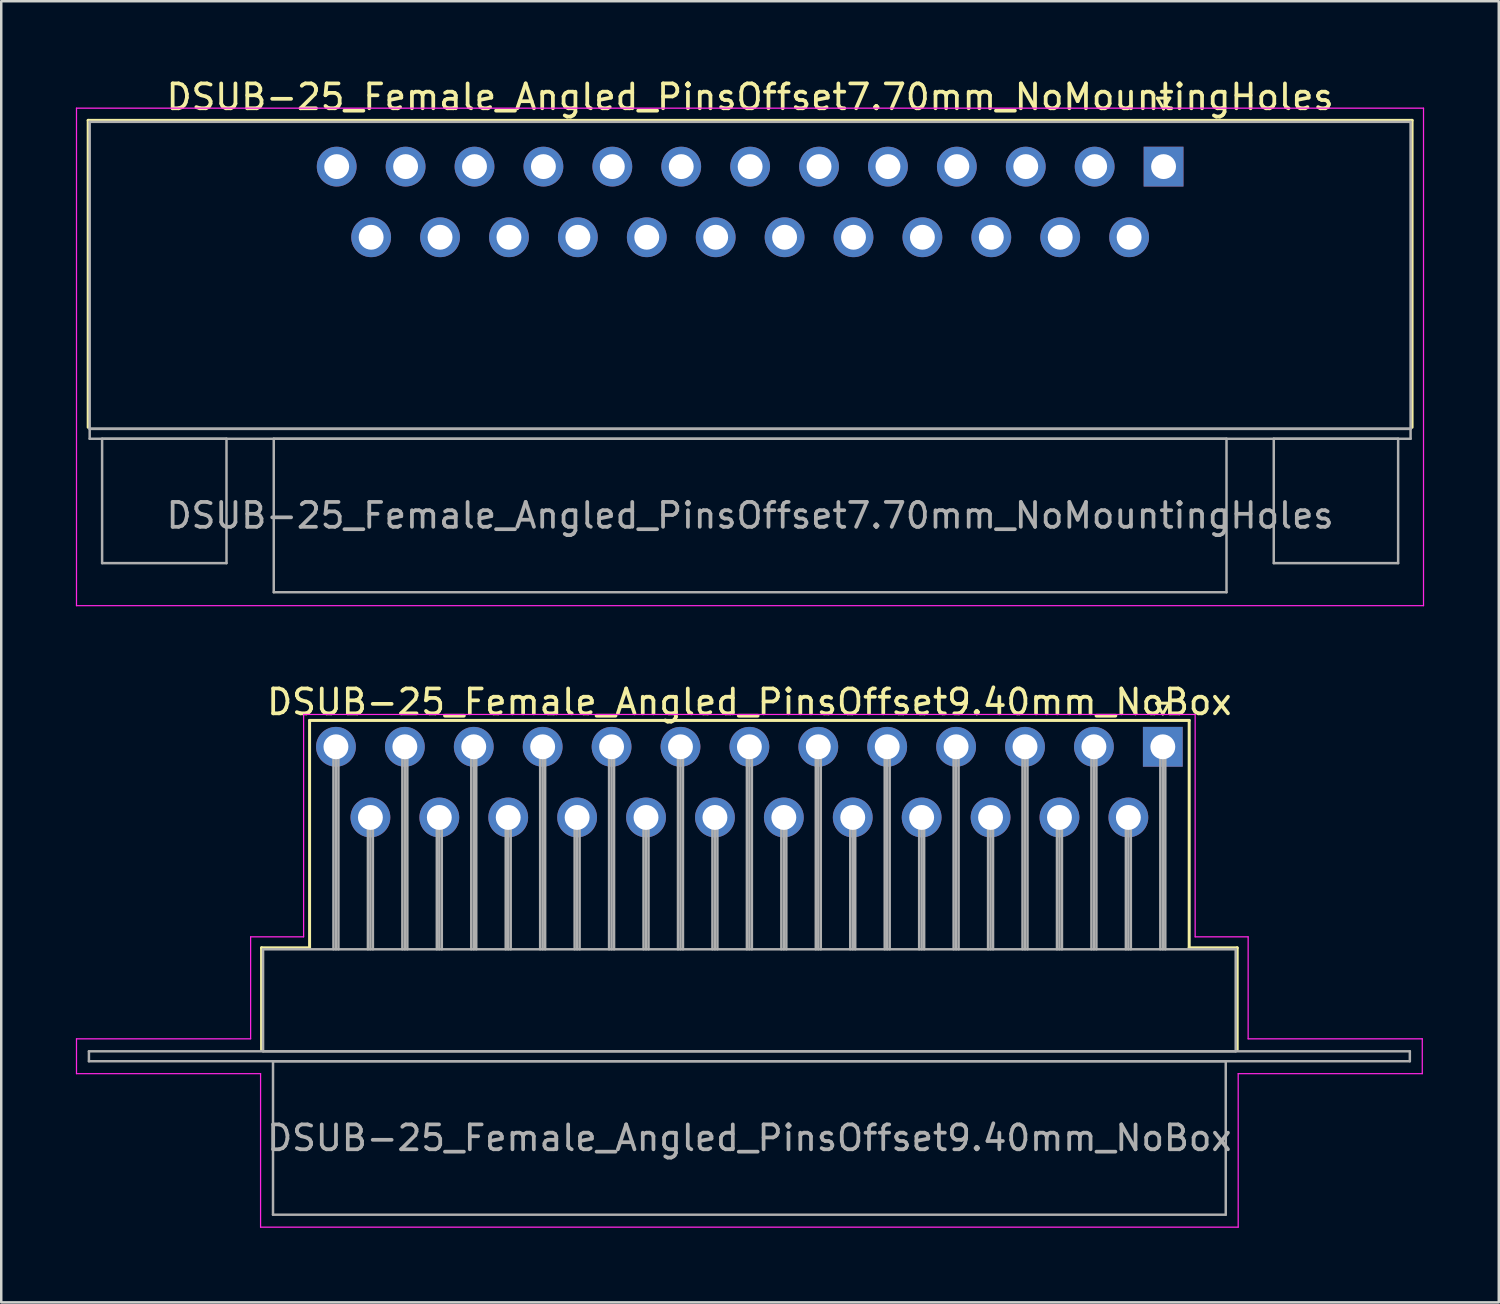
<source format=kicad_pcb>
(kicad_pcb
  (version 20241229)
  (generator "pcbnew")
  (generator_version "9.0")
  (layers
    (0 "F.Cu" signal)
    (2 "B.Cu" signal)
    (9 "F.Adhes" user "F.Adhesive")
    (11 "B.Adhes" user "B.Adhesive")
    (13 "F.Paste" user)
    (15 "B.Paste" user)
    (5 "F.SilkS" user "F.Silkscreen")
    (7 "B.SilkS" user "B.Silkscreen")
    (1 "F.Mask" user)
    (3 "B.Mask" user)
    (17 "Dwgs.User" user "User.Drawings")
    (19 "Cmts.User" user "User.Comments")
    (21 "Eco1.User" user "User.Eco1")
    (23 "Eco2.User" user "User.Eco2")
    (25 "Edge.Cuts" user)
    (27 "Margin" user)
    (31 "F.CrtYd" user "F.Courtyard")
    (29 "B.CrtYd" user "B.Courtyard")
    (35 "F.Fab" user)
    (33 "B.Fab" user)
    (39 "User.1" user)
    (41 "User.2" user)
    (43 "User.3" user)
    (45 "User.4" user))
  (footprint "DSUB-25_Female_Angled_PinsOffset7.70mm_NoMountingHoles"
    (layer "F.Cu")
    (at 43.725 3.648)
    (property "Reference" "DSUB-25_Female_Angled_PinsOffset7.70mm_NoMountingHoles" (at -16.62 -2.8 0) (layer "F.SilkS") (effects (font (size 1 1) (thickness 0.15))))
    (attr through_hole)
    (fp_line (start -43.23 -1.86) (end 9.99 -1.86) (stroke (width 0.12) (type solid)) (layer "F.SilkS"))
    (fp_line (start -43.23 10.48) (end -43.23 -1.86) (stroke (width 0.12) (type solid)) (layer "F.SilkS"))
    (fp_line (start -0.25 -2.754) (end 0.25 -2.754) (stroke (width 0.12) (type solid)) (layer "F.SilkS"))
    (fp_line (start 0 -2.321) (end -0.25 -2.754) (stroke (width 0.12) (type solid)) (layer "F.SilkS"))
    (fp_line (start 0.25 -2.754) (end 0 -2.321) (stroke (width 0.12) (type solid)) (layer "F.SilkS"))
    (fp_line (start 9.99 -1.86) (end 9.99 10.48) (stroke (width 0.12) (type solid)) (layer "F.SilkS"))
    (fp_line (start -43.7 -2.35) (end -43.7 17.65) (stroke (width 0.05) (type solid)) (layer "F.CrtYd"))
    (fp_line (start -43.7 17.65) (end 10.45 17.65) (stroke (width 0.05) (type solid)) (layer "F.CrtYd"))
    (fp_line (start 10.45 -2.35) (end -43.7 -2.35) (stroke (width 0.05) (type solid)) (layer "F.CrtYd"))
    (fp_line (start 10.45 17.65) (end 10.45 -2.35) (stroke (width 0.05) (type solid)) (layer "F.CrtYd"))
    (fp_line (start -43.17 -1.8) (end -43.17 10.54) (stroke (width 0.1) (type solid)) (layer "F.Fab"))
    (fp_line (start -43.17 10.54) (end -43.17 10.94) (stroke (width 0.1) (type solid)) (layer "F.Fab"))
    (fp_line (start -43.17 10.54) (end 9.93 10.54) (stroke (width 0.1) (type solid)) (layer "F.Fab"))
    (fp_line (start -43.17 10.94) (end 9.93 10.94) (stroke (width 0.1) (type solid)) (layer "F.Fab"))
    (fp_line (start -42.67 10.94) (end -42.67 15.94) (stroke (width 0.1) (type solid)) (layer "F.Fab"))
    (fp_line (start -42.67 15.94) (end -37.67 15.94) (stroke (width 0.1) (type solid)) (layer "F.Fab"))
    (fp_line (start -37.67 10.94) (end -42.67 10.94) (stroke (width 0.1) (type solid)) (layer "F.Fab"))
    (fp_line (start -37.67 15.94) (end -37.67 10.94) (stroke (width 0.1) (type solid)) (layer "F.Fab"))
    (fp_line (start -35.77 10.94) (end -35.77 17.11) (stroke (width 0.1) (type solid)) (layer "F.Fab"))
    (fp_line (start -35.77 17.11) (end 2.53 17.11) (stroke (width 0.1) (type solid)) (layer "F.Fab"))
    (fp_line (start 2.53 10.94) (end -35.77 10.94) (stroke (width 0.1) (type solid)) (layer "F.Fab"))
    (fp_line (start 2.53 17.11) (end 2.53 10.94) (stroke (width 0.1) (type solid)) (layer "F.Fab"))
    (fp_line (start 4.43 10.94) (end 4.43 15.94) (stroke (width 0.1) (type solid)) (layer "F.Fab"))
    (fp_line (start 4.43 15.94) (end 9.43 15.94) (stroke (width 0.1) (type solid)) (layer "F.Fab"))
    (fp_line (start 9.43 10.94) (end 4.43 10.94) (stroke (width 0.1) (type solid)) (layer "F.Fab"))
    (fp_line (start 9.43 15.94) (end 9.43 10.94) (stroke (width 0.1) (type solid)) (layer "F.Fab"))
    (fp_line (start 9.93 -1.8) (end -43.17 -1.8) (stroke (width 0.1) (type solid)) (layer "F.Fab"))
    (fp_line (start 9.93 10.54) (end -43.17 10.54) (stroke (width 0.1) (type solid)) (layer "F.Fab"))
    (fp_line (start 9.93 10.54) (end 9.93 -1.8) (stroke (width 0.1) (type solid)) (layer "F.Fab"))
    (fp_line (start 9.93 10.94) (end 9.93 10.54) (stroke (width 0.1) (type solid)) (layer "F.Fab"))
    (fp_text user "${REFERENCE}" (at -16.62 14.025 0) (layer "F.Fab") (effects (font (size 1 1) (thickness 0.15))))
    (pad "1" thru_hole rect (at 0 0) (size 1.6 1.6) (drill 1) (layers "*.Cu" "*.Mask"))
    (pad "2" thru_hole circle (at -2.77 0) (size 1.6 1.6) (drill 1) (layers "*.Cu" "*.Mask"))
    (pad "3" thru_hole circle (at -5.54 0) (size 1.6 1.6) (drill 1) (layers "*.Cu" "*.Mask"))
    (pad "4" thru_hole circle (at -8.31 0) (size 1.6 1.6) (drill 1) (layers "*.Cu" "*.Mask"))
    (pad "5" thru_hole circle (at -11.08 0) (size 1.6 1.6) (drill 1) (layers "*.Cu" "*.Mask"))
    (pad "6" thru_hole circle (at -13.85 0) (size 1.6 1.6) (drill 1) (layers "*.Cu" "*.Mask"))
    (pad "7" thru_hole circle (at -16.62 0) (size 1.6 1.6) (drill 1) (layers "*.Cu" "*.Mask"))
    (pad "8" thru_hole circle (at -19.39 0) (size 1.6 1.6) (drill 1) (layers "*.Cu" "*.Mask"))
    (pad "9" thru_hole circle (at -22.16 0) (size 1.6 1.6) (drill 1) (layers "*.Cu" "*.Mask"))
    (pad "10" thru_hole circle (at -24.93 0) (size 1.6 1.6) (drill 1) (layers "*.Cu" "*.Mask"))
    (pad "11" thru_hole circle (at -27.7 0) (size 1.6 1.6) (drill 1) (layers "*.Cu" "*.Mask"))
    (pad "12" thru_hole circle (at -30.47 0) (size 1.6 1.6) (drill 1) (layers "*.Cu" "*.Mask"))
    (pad "13" thru_hole circle (at -33.24 0) (size 1.6 1.6) (drill 1) (layers "*.Cu" "*.Mask"))
    (pad "14" thru_hole circle (at -1.385 2.84) (size 1.6 1.6) (drill 1) (layers "*.Cu" "*.Mask"))
    (pad "15" thru_hole circle (at -4.155 2.84) (size 1.6 1.6) (drill 1) (layers "*.Cu" "*.Mask"))
    (pad "16" thru_hole circle (at -6.925 2.84) (size 1.6 1.6) (drill 1) (layers "*.Cu" "*.Mask"))
    (pad "17" thru_hole circle (at -9.695 2.84) (size 1.6 1.6) (drill 1) (layers "*.Cu" "*.Mask"))
    (pad "18" thru_hole circle (at -12.465 2.84) (size 1.6 1.6) (drill 1) (layers "*.Cu" "*.Mask"))
    (pad "19" thru_hole circle (at -15.235 2.84) (size 1.6 1.6) (drill 1) (layers "*.Cu" "*.Mask"))
    (pad "20" thru_hole circle (at -18.005 2.84) (size 1.6 1.6) (drill 1) (layers "*.Cu" "*.Mask"))
    (pad "21" thru_hole circle (at -20.775 2.84) (size 1.6 1.6) (drill 1) (layers "*.Cu" "*.Mask"))
    (pad "22" thru_hole circle (at -23.545 2.84) (size 1.6 1.6) (drill 1) (layers "*.Cu" "*.Mask"))
    (pad "23" thru_hole circle (at -26.315 2.84) (size 1.6 1.6) (drill 1) (layers "*.Cu" "*.Mask"))
    (pad "24" thru_hole circle (at -29.085 2.84) (size 1.6 1.6) (drill 1) (layers "*.Cu" "*.Mask"))
    (pad "25" thru_hole circle (at -31.855 2.84) (size 1.6 1.6) (drill 1) (layers "*.Cu" "*.Mask")))
  (footprint "DSUB-25_Female_Angled_PinsOffset9.40mm_NoBox"
    (layer "F.Cu")
    (at 43.695 26.971)
    (property "Reference" "DSUB-25_Female_Angled_PinsOffset9.40mm_NoBox" (at -16.62 -1.8 0) (layer "F.SilkS") (effects (font (size 1 1) (thickness 0.15))))
    (attr through_hole)
    (fp_line (start -36.23 8.08) (end -34.3 8.08) (stroke (width 0.12) (type solid)) (layer "F.SilkS"))
    (fp_line (start -36.23 12.18) (end -36.23 8.08) (stroke (width 0.12) (type solid)) (layer "F.SilkS"))
    (fp_line (start -34.3 -1.06) (end 1.06 -1.06) (stroke (width 0.12) (type solid)) (layer "F.SilkS"))
    (fp_line (start -34.3 8.08) (end -34.3 -1.06) (stroke (width 0.12) (type solid)) (layer "F.SilkS"))
    (fp_line (start -0.25 -1.754) (end 0.25 -1.754) (stroke (width 0.12) (type solid)) (layer "F.SilkS"))
    (fp_line (start 0 -1.321) (end -0.25 -1.754) (stroke (width 0.12) (type solid)) (layer "F.SilkS"))
    (fp_line (start 0.25 -1.754) (end 0 -1.321) (stroke (width 0.12) (type solid)) (layer "F.SilkS"))
    (fp_line (start 1.06 -1.06) (end 1.06 8.08) (stroke (width 0.12) (type solid)) (layer "F.SilkS"))
    (fp_line (start 1.06 8.08) (end 2.99 8.08) (stroke (width 0.12) (type solid)) (layer "F.SilkS"))
    (fp_line (start 2.99 8.08) (end 2.99 12.18) (stroke (width 0.12) (type solid)) (layer "F.SilkS"))
    (fp_line (start -43.67 11.74) (end -36.67 11.74) (stroke (width 0.05) (type solid)) (layer "F.CrtYd"))
    (fp_line (start -43.67 13.14) (end -43.67 11.74) (stroke (width 0.05) (type solid)) (layer "F.CrtYd"))
    (fp_line (start -36.67 7.64) (end -34.54 7.64) (stroke (width 0.05) (type solid)) (layer "F.CrtYd"))
    (fp_line (start -36.67 11.74) (end -36.67 7.64) (stroke (width 0.05) (type solid)) (layer "F.CrtYd"))
    (fp_line (start -36.27 13.14) (end -43.67 13.14) (stroke (width 0.05) (type solid)) (layer "F.CrtYd"))
    (fp_line (start -36.27 19.31) (end -36.27 13.14) (stroke (width 0.05) (type solid)) (layer "F.CrtYd"))
    (fp_line (start -34.54 -1.3) (end 1.3 -1.3) (stroke (width 0.05) (type solid)) (layer "F.CrtYd"))
    (fp_line (start -34.54 7.64) (end -34.54 -1.3) (stroke (width 0.05) (type solid)) (layer "F.CrtYd"))
    (fp_line (start 1.3 -1.3) (end 1.3 7.64) (stroke (width 0.05) (type solid)) (layer "F.CrtYd"))
    (fp_line (start 1.3 7.64) (end 3.43 7.64) (stroke (width 0.05) (type solid)) (layer "F.CrtYd"))
    (fp_line (start 3.03 13.14) (end 3.03 19.31) (stroke (width 0.05) (type solid)) (layer "F.CrtYd"))
    (fp_line (start 3.03 19.31) (end -36.27 19.31) (stroke (width 0.05) (type solid)) (layer "F.CrtYd"))
    (fp_line (start 3.43 7.64) (end 3.43 11.74) (stroke (width 0.05) (type solid)) (layer "F.CrtYd"))
    (fp_line (start 3.43 11.74) (end 10.43 11.74) (stroke (width 0.05) (type solid)) (layer "F.CrtYd"))
    (fp_line (start 10.43 11.74) (end 10.43 13.14) (stroke (width 0.05) (type solid)) (layer "F.CrtYd"))
    (fp_line (start 10.43 13.14) (end 3.03 13.14) (stroke (width 0.05) (type solid)) (layer "F.CrtYd"))
    (fp_line (start -43.17 12.24) (end -43.17 12.64) (stroke (width 0.1) (type solid)) (layer "F.Fab"))
    (fp_line (start -43.17 12.64) (end 9.93 12.64) (stroke (width 0.1) (type solid)) (layer "F.Fab"))
    (fp_line (start -36.17 8.14) (end -36.17 12.24) (stroke (width 0.1) (type solid)) (layer "F.Fab"))
    (fp_line (start -36.17 12.24) (end 2.93 12.24) (stroke (width 0.1) (type solid)) (layer "F.Fab"))
    (fp_line (start -35.77 12.64) (end -35.77 18.81) (stroke (width 0.1) (type solid)) (layer "F.Fab"))
    (fp_line (start -35.77 18.81) (end 2.53 18.81) (stroke (width 0.1) (type solid)) (layer "F.Fab"))
    (fp_line (start -33.34 0) (end -33.34 8.14) (stroke (width 0.1) (type solid)) (layer "F.Fab"))
    (fp_line (start -33.24 0) (end -33.24 8.14) (stroke (width 0.1) (type solid)) (layer "F.Fab"))
    (fp_line (start -33.14 0) (end -33.14 8.14) (stroke (width 0.1) (type solid)) (layer "F.Fab"))
    (fp_line (start -31.955 2.84) (end -31.955 8.14) (stroke (width 0.1) (type solid)) (layer "F.Fab"))
    (fp_line (start -31.855 2.84) (end -31.855 8.14) (stroke (width 0.1) (type solid)) (layer "F.Fab"))
    (fp_line (start -31.755 2.84) (end -31.755 8.14) (stroke (width 0.1) (type solid)) (layer "F.Fab"))
    (fp_line (start -30.57 0) (end -30.57 8.14) (stroke (width 0.1) (type solid)) (layer "F.Fab"))
    (fp_line (start -30.47 0) (end -30.47 8.14) (stroke (width 0.1) (type solid)) (layer "F.Fab"))
    (fp_line (start -30.37 0) (end -30.37 8.14) (stroke (width 0.1) (type solid)) (layer "F.Fab"))
    (fp_line (start -29.185 2.84) (end -29.185 8.14) (stroke (width 0.1) (type solid)) (layer "F.Fab"))
    (fp_line (start -29.085 2.84) (end -29.085 8.14) (stroke (width 0.1) (type solid)) (layer "F.Fab"))
    (fp_line (start -28.985 2.84) (end -28.985 8.14) (stroke (width 0.1) (type solid)) (layer "F.Fab"))
    (fp_line (start -27.8 0) (end -27.8 8.14) (stroke (width 0.1) (type solid)) (layer "F.Fab"))
    (fp_line (start -27.7 0) (end -27.7 8.14) (stroke (width 0.1) (type solid)) (layer "F.Fab"))
    (fp_line (start -27.6 0) (end -27.6 8.14) (stroke (width 0.1) (type solid)) (layer "F.Fab"))
    (fp_line (start -26.415 2.84) (end -26.415 8.14) (stroke (width 0.1) (type solid)) (layer "F.Fab"))
    (fp_line (start -26.315 2.84) (end -26.315 8.14) (stroke (width 0.1) (type solid)) (layer "F.Fab"))
    (fp_line (start -26.215 2.84) (end -26.215 8.14) (stroke (width 0.1) (type solid)) (layer "F.Fab"))
    (fp_line (start -25.03 0) (end -25.03 8.14) (stroke (width 0.1) (type solid)) (layer "F.Fab"))
    (fp_line (start -24.93 0) (end -24.93 8.14) (stroke (width 0.1) (type solid)) (layer "F.Fab"))
    (fp_line (start -24.83 0) (end -24.83 8.14) (stroke (width 0.1) (type solid)) (layer "F.Fab"))
    (fp_line (start -23.645 2.84) (end -23.645 8.14) (stroke (width 0.1) (type solid)) (layer "F.Fab"))
    (fp_line (start -23.545 2.84) (end -23.545 8.14) (stroke (width 0.1) (type solid)) (layer "F.Fab"))
    (fp_line (start -23.445 2.84) (end -23.445 8.14) (stroke (width 0.1) (type solid)) (layer "F.Fab"))
    (fp_line (start -22.26 0) (end -22.26 8.14) (stroke (width 0.1) (type solid)) (layer "F.Fab"))
    (fp_line (start -22.16 0) (end -22.16 8.14) (stroke (width 0.1) (type solid)) (layer "F.Fab"))
    (fp_line (start -22.06 0) (end -22.06 8.14) (stroke (width 0.1) (type solid)) (layer "F.Fab"))
    (fp_line (start -20.875 2.84) (end -20.875 8.14) (stroke (width 0.1) (type solid)) (layer "F.Fab"))
    (fp_line (start -20.775 2.84) (end -20.775 8.14) (stroke (width 0.1) (type solid)) (layer "F.Fab"))
    (fp_line (start -20.675 2.84) (end -20.675 8.14) (stroke (width 0.1) (type solid)) (layer "F.Fab"))
    (fp_line (start -19.49 0) (end -19.49 8.14) (stroke (width 0.1) (type solid)) (layer "F.Fab"))
    (fp_line (start -19.39 0) (end -19.39 8.14) (stroke (width 0.1) (type solid)) (layer "F.Fab"))
    (fp_line (start -19.29 0) (end -19.29 8.14) (stroke (width 0.1) (type solid)) (layer "F.Fab"))
    (fp_line (start -18.105 2.84) (end -18.105 8.14) (stroke (width 0.1) (type solid)) (layer "F.Fab"))
    (fp_line (start -18.005 2.84) (end -18.005 8.14) (stroke (width 0.1) (type solid)) (layer "F.Fab"))
    (fp_line (start -17.905 2.84) (end -17.905 8.14) (stroke (width 0.1) (type solid)) (layer "F.Fab"))
    (fp_line (start -16.72 0) (end -16.72 8.14) (stroke (width 0.1) (type solid)) (layer "F.Fab"))
    (fp_line (start -16.62 0) (end -16.62 8.14) (stroke (width 0.1) (type solid)) (layer "F.Fab"))
    (fp_line (start -16.52 0) (end -16.52 8.14) (stroke (width 0.1) (type solid)) (layer "F.Fab"))
    (fp_line (start -15.335 2.84) (end -15.335 8.14) (stroke (width 0.1) (type solid)) (layer "F.Fab"))
    (fp_line (start -15.235 2.84) (end -15.235 8.14) (stroke (width 0.1) (type solid)) (layer "F.Fab"))
    (fp_line (start -15.135 2.84) (end -15.135 8.14) (stroke (width 0.1) (type solid)) (layer "F.Fab"))
    (fp_line (start -13.95 0) (end -13.95 8.14) (stroke (width 0.1) (type solid)) (layer "F.Fab"))
    (fp_line (start -13.85 0) (end -13.85 8.14) (stroke (width 0.1) (type solid)) (layer "F.Fab"))
    (fp_line (start -13.75 0) (end -13.75 8.14) (stroke (width 0.1) (type solid)) (layer "F.Fab"))
    (fp_line (start -12.565 2.84) (end -12.565 8.14) (stroke (width 0.1) (type solid)) (layer "F.Fab"))
    (fp_line (start -12.465 2.84) (end -12.465 8.14) (stroke (width 0.1) (type solid)) (layer "F.Fab"))
    (fp_line (start -12.365 2.84) (end -12.365 8.14) (stroke (width 0.1) (type solid)) (layer "F.Fab"))
    (fp_line (start -11.18 0) (end -11.18 8.14) (stroke (width 0.1) (type solid)) (layer "F.Fab"))
    (fp_line (start -11.08 0) (end -11.08 8.14) (stroke (width 0.1) (type solid)) (layer "F.Fab"))
    (fp_line (start -10.98 0) (end -10.98 8.14) (stroke (width 0.1) (type solid)) (layer "F.Fab"))
    (fp_line (start -9.795 2.84) (end -9.795 8.14) (stroke (width 0.1) (type solid)) (layer "F.Fab"))
    (fp_line (start -9.695 2.84) (end -9.695 8.14) (stroke (width 0.1) (type solid)) (layer "F.Fab"))
    (fp_line (start -9.595 2.84) (end -9.595 8.14) (stroke (width 0.1) (type solid)) (layer "F.Fab"))
    (fp_line (start -8.41 0) (end -8.41 8.14) (stroke (width 0.1) (type solid)) (layer "F.Fab"))
    (fp_line (start -8.31 0) (end -8.31 8.14) (stroke (width 0.1) (type solid)) (layer "F.Fab"))
    (fp_line (start -8.21 0) (end -8.21 8.14) (stroke (width 0.1) (type solid)) (layer "F.Fab"))
    (fp_line (start -7.025 2.84) (end -7.025 8.14) (stroke (width 0.1) (type solid)) (layer "F.Fab"))
    (fp_line (start -6.925 2.84) (end -6.925 8.14) (stroke (width 0.1) (type solid)) (layer "F.Fab"))
    (fp_line (start -6.825 2.84) (end -6.825 8.14) (stroke (width 0.1) (type solid)) (layer "F.Fab"))
    (fp_line (start -5.64 0) (end -5.64 8.14) (stroke (width 0.1) (type solid)) (layer "F.Fab"))
    (fp_line (start -5.54 0) (end -5.54 8.14) (stroke (width 0.1) (type solid)) (layer "F.Fab"))
    (fp_line (start -5.44 0) (end -5.44 8.14) (stroke (width 0.1) (type solid)) (layer "F.Fab"))
    (fp_line (start -4.255 2.84) (end -4.255 8.14) (stroke (width 0.1) (type solid)) (layer "F.Fab"))
    (fp_line (start -4.155 2.84) (end -4.155 8.14) (stroke (width 0.1) (type solid)) (layer "F.Fab"))
    (fp_line (start -4.055 2.84) (end -4.055 8.14) (stroke (width 0.1) (type solid)) (layer "F.Fab"))
    (fp_line (start -2.87 0) (end -2.87 8.14) (stroke (width 0.1) (type solid)) (layer "F.Fab"))
    (fp_line (start -2.77 0) (end -2.77 8.14) (stroke (width 0.1) (type solid)) (layer "F.Fab"))
    (fp_line (start -2.67 0) (end -2.67 8.14) (stroke (width 0.1) (type solid)) (layer "F.Fab"))
    (fp_line (start -1.485 2.84) (end -1.485 8.14) (stroke (width 0.1) (type solid)) (layer "F.Fab"))
    (fp_line (start -1.385 2.84) (end -1.385 8.14) (stroke (width 0.1) (type solid)) (layer "F.Fab"))
    (fp_line (start -1.285 2.84) (end -1.285 8.14) (stroke (width 0.1) (type solid)) (layer "F.Fab"))
    (fp_line (start -0.1 0) (end -0.1 8.14) (stroke (width 0.1) (type solid)) (layer "F.Fab"))
    (fp_line (start 0 0) (end 0 8.14) (stroke (width 0.1) (type solid)) (layer "F.Fab"))
    (fp_line (start 0.1 0) (end 0.1 8.14) (stroke (width 0.1) (type solid)) (layer "F.Fab"))
    (fp_line (start 2.53 12.64) (end -35.77 12.64) (stroke (width 0.1) (type solid)) (layer "F.Fab"))
    (fp_line (start 2.53 18.81) (end 2.53 12.64) (stroke (width 0.1) (type solid)) (layer "F.Fab"))
    (fp_line (start 2.93 8.14) (end -36.17 8.14) (stroke (width 0.1) (type solid)) (layer "F.Fab"))
    (fp_line (start 2.93 12.24) (end 2.93 8.14) (stroke (width 0.1) (type solid)) (layer "F.Fab"))
    (fp_line (start 9.93 12.24) (end -43.17 12.24) (stroke (width 0.1) (type solid)) (layer "F.Fab"))
    (fp_line (start 9.93 12.64) (end 9.93 12.24) (stroke (width 0.1) (type solid)) (layer "F.Fab"))
    (fp_text user "${REFERENCE}" (at -16.62 15.725 0) (layer "F.Fab") (effects (font (size 1 1) (thickness 0.15))))
    (pad "1" thru_hole rect (at 0 0) (size 1.6 1.6) (drill 1) (layers "*.Cu" "*.Mask"))
    (pad "2" thru_hole circle (at -2.77 0) (size 1.6 1.6) (drill 1) (layers "*.Cu" "*.Mask"))
    (pad "3" thru_hole circle (at -5.54 0) (size 1.6 1.6) (drill 1) (layers "*.Cu" "*.Mask"))
    (pad "4" thru_hole circle (at -8.31 0) (size 1.6 1.6) (drill 1) (layers "*.Cu" "*.Mask"))
    (pad "5" thru_hole circle (at -11.08 0) (size 1.6 1.6) (drill 1) (layers "*.Cu" "*.Mask"))
    (pad "6" thru_hole circle (at -13.85 0) (size 1.6 1.6) (drill 1) (layers "*.Cu" "*.Mask"))
    (pad "7" thru_hole circle (at -16.62 0) (size 1.6 1.6) (drill 1) (layers "*.Cu" "*.Mask"))
    (pad "8" thru_hole circle (at -19.39 0) (size 1.6 1.6) (drill 1) (layers "*.Cu" "*.Mask"))
    (pad "9" thru_hole circle (at -22.16 0) (size 1.6 1.6) (drill 1) (layers "*.Cu" "*.Mask"))
    (pad "10" thru_hole circle (at -24.93 0) (size 1.6 1.6) (drill 1) (layers "*.Cu" "*.Mask"))
    (pad "11" thru_hole circle (at -27.7 0) (size 1.6 1.6) (drill 1) (layers "*.Cu" "*.Mask"))
    (pad "12" thru_hole circle (at -30.47 0) (size 1.6 1.6) (drill 1) (layers "*.Cu" "*.Mask"))
    (pad "13" thru_hole circle (at -33.24 0) (size 1.6 1.6) (drill 1) (layers "*.Cu" "*.Mask"))
    (pad "14" thru_hole circle (at -1.385 2.84) (size 1.6 1.6) (drill 1) (layers "*.Cu" "*.Mask"))
    (pad "15" thru_hole circle (at -4.155 2.84) (size 1.6 1.6) (drill 1) (layers "*.Cu" "*.Mask"))
    (pad "16" thru_hole circle (at -6.925 2.84) (size 1.6 1.6) (drill 1) (layers "*.Cu" "*.Mask"))
    (pad "17" thru_hole circle (at -9.695 2.84) (size 1.6 1.6) (drill 1) (layers "*.Cu" "*.Mask"))
    (pad "18" thru_hole circle (at -12.465 2.84) (size 1.6 1.6) (drill 1) (layers "*.Cu" "*.Mask"))
    (pad "19" thru_hole circle (at -15.235 2.84) (size 1.6 1.6) (drill 1) (layers "*.Cu" "*.Mask"))
    (pad "20" thru_hole circle (at -18.005 2.84) (size 1.6 1.6) (drill 1) (layers "*.Cu" "*.Mask"))
    (pad "21" thru_hole circle (at -20.775 2.84) (size 1.6 1.6) (drill 1) (layers "*.Cu" "*.Mask"))
    (pad "22" thru_hole circle (at -23.545 2.84) (size 1.6 1.6) (drill 1) (layers "*.Cu" "*.Mask"))
    (pad "23" thru_hole circle (at -26.315 2.84) (size 1.6 1.6) (drill 1) (layers "*.Cu" "*.Mask"))
    (pad "24" thru_hole circle (at -29.085 2.84) (size 1.6 1.6) (drill 1) (layers "*.Cu" "*.Mask"))
    (pad "25" thru_hole circle (at -31.855 2.84) (size 1.6 1.6) (drill 1) (layers "*.Cu" "*.Mask")))
  (gr_rect
    (start -3 -3)
    (end 57.2 49.306)
    (stroke (width 0.1) (type default))
    (fill no)
    (layer "Edge.Cuts")))
</source>
